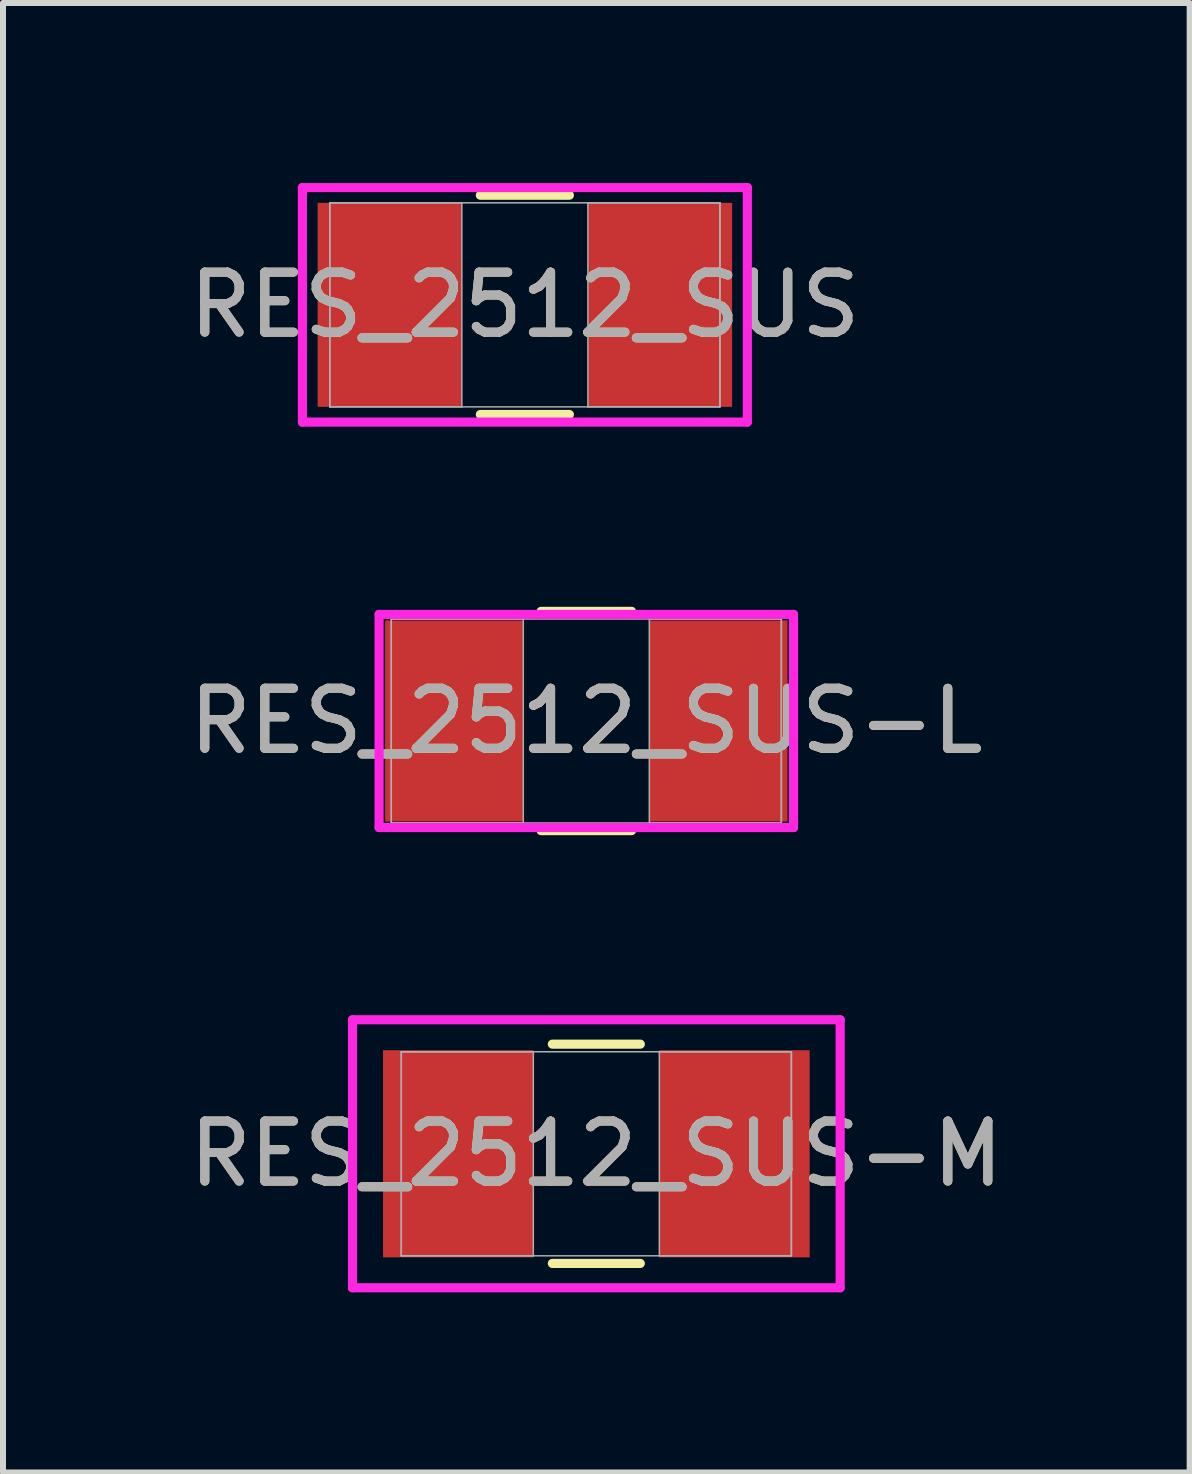
<source format=kicad_pcb>
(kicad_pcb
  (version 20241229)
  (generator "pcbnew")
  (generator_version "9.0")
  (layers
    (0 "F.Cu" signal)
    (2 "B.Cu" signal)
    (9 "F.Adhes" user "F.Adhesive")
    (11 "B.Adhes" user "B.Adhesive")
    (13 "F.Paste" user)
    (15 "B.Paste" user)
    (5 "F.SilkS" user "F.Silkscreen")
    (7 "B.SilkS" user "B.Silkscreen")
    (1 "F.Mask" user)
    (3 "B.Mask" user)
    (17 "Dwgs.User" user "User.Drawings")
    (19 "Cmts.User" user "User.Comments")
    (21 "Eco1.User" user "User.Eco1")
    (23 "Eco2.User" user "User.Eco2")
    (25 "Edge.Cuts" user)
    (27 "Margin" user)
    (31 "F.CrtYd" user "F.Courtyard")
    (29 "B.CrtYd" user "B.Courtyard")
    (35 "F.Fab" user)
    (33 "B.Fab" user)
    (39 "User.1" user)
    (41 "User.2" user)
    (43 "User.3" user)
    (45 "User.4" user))
  (footprint "RES_2512_SUS-L"
    (layer "F.Cu")
    (at 6.72 8.964)
    (property "Reference" "RES_2512_SUS-L" (at 0 0 0) (unlocked yes) (layer "F.SilkS") (effects (font (size 1 1) (thickness 0.15))))
    (attr smd)
    (fp_line (start -0.754 1.827) (end 0.754 1.827) (stroke (width 0.152) (type solid)) (layer "F.SilkS"))
    (fp_line (start 0.754 -1.827) (end -0.754 -1.827) (stroke (width 0.152) (type solid)) (layer "F.SilkS"))
    (fp_line (start -3.453 -1.776) (end 3.453 -1.776) (stroke (width 0.152) (type solid)) (layer "F.CrtYd"))
    (fp_line (start -3.453 1.776) (end -3.453 -1.776) (stroke (width 0.152) (type solid)) (layer "F.CrtYd"))
    (fp_line (start 3.453 -1.776) (end 3.453 1.776) (stroke (width 0.152) (type solid)) (layer "F.CrtYd"))
    (fp_line (start 3.453 1.776) (end -3.453 1.776) (stroke (width 0.152) (type solid)) (layer "F.CrtYd"))
    (fp_line (start -3.25 -1.7) (end -3.25 1.7) (stroke (width 0.025) (type solid)) (layer "F.Fab"))
    (fp_line (start -3.25 -1.7) (end -3.25 1.7) (stroke (width 0.025) (type solid)) (layer "F.Fab"))
    (fp_line (start -3.25 1.7) (end -1.05 1.7) (stroke (width 0.025) (type solid)) (layer "F.Fab"))
    (fp_line (start -3.25 1.7) (end 3.25 1.7) (stroke (width 0.025) (type solid)) (layer "F.Fab"))
    (fp_line (start -1.05 -1.7) (end -3.25 -1.7) (stroke (width 0.025) (type solid)) (layer "F.Fab"))
    (fp_line (start -1.05 1.7) (end -1.05 -1.7) (stroke (width 0.025) (type solid)) (layer "F.Fab"))
    (fp_line (start 1.05 -1.7) (end 1.05 1.7) (stroke (width 0.025) (type solid)) (layer "F.Fab"))
    (fp_line (start 1.05 1.7) (end 3.25 1.7) (stroke (width 0.025) (type solid)) (layer "F.Fab"))
    (fp_line (start 3.25 -1.7) (end -3.25 -1.7) (stroke (width 0.025) (type solid)) (layer "F.Fab"))
    (fp_line (start 3.25 -1.7) (end 1.05 -1.7) (stroke (width 0.025) (type solid)) (layer "F.Fab"))
    (fp_line (start 3.25 1.7) (end 3.25 -1.7) (stroke (width 0.025) (type solid)) (layer "F.Fab"))
    (fp_line (start 3.25 1.7) (end 3.25 -1.7) (stroke (width 0.025) (type solid)) (layer "F.Fab"))
    (fp_text user "${REFERENCE}" (at 0 0 0) (unlocked yes) (layer "F.Fab") (effects (font (size 1 1) (thickness 0.15))))
    (pad "1" smd rect (at -2.201 0) (size 2.302 3.349) (layers "F.Cu" "F.Mask" "F.Paste"))
    (pad "2" smd rect (at 2.201 0) (size 2.302 3.349) (layers "F.Cu" "F.Mask" "F.Paste"))
    (zone (net_name "") (layer "F.Cu") (hatch full 0.508) (connect_pads) (min_thickness 0.254) (filled_areas_thickness no) (keepout (tracks not_allowed) (vias not_allowed) (pads allowed) (copperpour not_allowed) (footprints allowed)) (placement (enabled no)) (fill) (polygon (pts (xy 5.721 7.314) (xy 7.719 7.314) (xy 7.719 10.613) (xy 5.721 10.613)))))
  (footprint "RES_2512_SUS-M"
    (layer "F.Cu")
    (at 6.887 16.176)
    (property "Reference" "RES_2512_SUS-M" (at 0 0 0) (unlocked yes) (layer "F.SilkS") (effects (font (size 1 1) (thickness 0.15))))
    (attr smd)
    (fp_line (start -0.733 1.827) (end 0.733 1.827) (stroke (width 0.152) (type solid)) (layer "F.SilkS"))
    (fp_line (start 0.733 -1.827) (end -0.733 -1.827) (stroke (width 0.152) (type solid)) (layer "F.SilkS"))
    (fp_line (start -4.063 -2.233) (end 4.063 -2.233) (stroke (width 0.152) (type solid)) (layer "F.CrtYd"))
    (fp_line (start -4.063 2.233) (end -4.063 -2.233) (stroke (width 0.152) (type solid)) (layer "F.CrtYd"))
    (fp_line (start 4.063 -2.233) (end 4.063 2.233) (stroke (width 0.152) (type solid)) (layer "F.CrtYd"))
    (fp_line (start 4.063 2.233) (end -4.063 2.233) (stroke (width 0.152) (type solid)) (layer "F.CrtYd"))
    (fp_line (start -3.25 -1.7) (end -3.25 1.7) (stroke (width 0.025) (type solid)) (layer "F.Fab"))
    (fp_line (start -3.25 -1.7) (end -3.25 1.7) (stroke (width 0.025) (type solid)) (layer "F.Fab"))
    (fp_line (start -3.25 1.7) (end -1.05 1.7) (stroke (width 0.025) (type solid)) (layer "F.Fab"))
    (fp_line (start -3.25 1.7) (end 3.25 1.7) (stroke (width 0.025) (type solid)) (layer "F.Fab"))
    (fp_line (start -1.05 -1.7) (end -3.25 -1.7) (stroke (width 0.025) (type solid)) (layer "F.Fab"))
    (fp_line (start -1.05 1.7) (end -1.05 -1.7) (stroke (width 0.025) (type solid)) (layer "F.Fab"))
    (fp_line (start 1.05 -1.7) (end 1.05 1.7) (stroke (width 0.025) (type solid)) (layer "F.Fab"))
    (fp_line (start 1.05 1.7) (end 3.25 1.7) (stroke (width 0.025) (type solid)) (layer "F.Fab"))
    (fp_line (start 3.25 -1.7) (end -3.25 -1.7) (stroke (width 0.025) (type solid)) (layer "F.Fab"))
    (fp_line (start 3.25 -1.7) (end 1.05 -1.7) (stroke (width 0.025) (type solid)) (layer "F.Fab"))
    (fp_line (start 3.25 1.7) (end 3.25 -1.7) (stroke (width 0.025) (type solid)) (layer "F.Fab"))
    (fp_line (start 3.25 1.7) (end 3.25 -1.7) (stroke (width 0.025) (type solid)) (layer "F.Fab"))
    (fp_text user "${REFERENCE}" (at 0 0 0) (unlocked yes) (layer "F.Fab") (effects (font (size 1 1) (thickness 0.15))))
    (pad "1" smd rect (at -2.302 0) (size 2.505 3.451) (layers "F.Cu" "F.Mask" "F.Paste"))
    (pad "2" smd rect (at 2.302 0) (size 2.505 3.451) (layers "F.Cu" "F.Mask" "F.Paste"))
    (zone (net_name "") (layer "F.Cu") (hatch full 0.508) (connect_pads) (min_thickness 0.254) (filled_areas_thickness no) (keepout (tracks not_allowed) (vias not_allowed) (pads allowed) (copperpour not_allowed) (footprints allowed)) (placement (enabled no)) (fill) (polygon (pts (xy 5.888 14.527) (xy 7.886 14.527) (xy 7.886 17.826) (xy 5.888 17.826)))))
  (footprint "RES_2512_SUS"
    (layer "F.Cu")
    (at 5.696 2.03)
    (property "Reference" "RES_2512_SUS" (at 0 0 0) (unlocked yes) (layer "F.SilkS") (effects (font (size 1 1) (thickness 0.15))))
    (attr smd)
    (fp_line (start -0.742 1.827) (end 0.742 1.827) (stroke (width 0.152) (type solid)) (layer "F.SilkS"))
    (fp_line (start 0.742 -1.827) (end -0.742 -1.827) (stroke (width 0.152) (type solid)) (layer "F.SilkS"))
    (fp_line (start -3.707 -1.954) (end 3.707 -1.954) (stroke (width 0.152) (type solid)) (layer "F.CrtYd"))
    (fp_line (start -3.707 1.954) (end -3.707 -1.954) (stroke (width 0.152) (type solid)) (layer "F.CrtYd"))
    (fp_line (start 3.707 -1.954) (end 3.707 1.954) (stroke (width 0.152) (type solid)) (layer "F.CrtYd"))
    (fp_line (start 3.707 1.954) (end -3.707 1.954) (stroke (width 0.152) (type solid)) (layer "F.CrtYd"))
    (fp_line (start -3.25 -1.7) (end -3.25 1.7) (stroke (width 0.025) (type solid)) (layer "F.Fab"))
    (fp_line (start -3.25 -1.7) (end -3.25 1.7) (stroke (width 0.025) (type solid)) (layer "F.Fab"))
    (fp_line (start -3.25 1.7) (end -1.05 1.7) (stroke (width 0.025) (type solid)) (layer "F.Fab"))
    (fp_line (start -3.25 1.7) (end 3.25 1.7) (stroke (width 0.025) (type solid)) (layer "F.Fab"))
    (fp_line (start -1.05 -1.7) (end -3.25 -1.7) (stroke (width 0.025) (type solid)) (layer "F.Fab"))
    (fp_line (start -1.05 1.7) (end -1.05 -1.7) (stroke (width 0.025) (type solid)) (layer "F.Fab"))
    (fp_line (start 1.05 -1.7) (end 1.05 1.7) (stroke (width 0.025) (type solid)) (layer "F.Fab"))
    (fp_line (start 1.05 1.7) (end 3.25 1.7) (stroke (width 0.025) (type solid)) (layer "F.Fab"))
    (fp_line (start 3.25 -1.7) (end -3.25 -1.7) (stroke (width 0.025) (type solid)) (layer "F.Fab"))
    (fp_line (start 3.25 -1.7) (end 1.05 -1.7) (stroke (width 0.025) (type solid)) (layer "F.Fab"))
    (fp_line (start 3.25 1.7) (end 3.25 -1.7) (stroke (width 0.025) (type solid)) (layer "F.Fab"))
    (fp_line (start 3.25 1.7) (end 3.25 -1.7) (stroke (width 0.025) (type solid)) (layer "F.Fab"))
    (fp_text user "${REFERENCE}" (at 0 0 0) (unlocked yes) (layer "F.Fab") (effects (font (size 1 1) (thickness 0.15))))
    (pad "1" smd rect (at -2.252 0) (size 2.403 3.4) (layers "F.Cu" "F.Mask" "F.Paste"))
    (pad "2" smd rect (at 2.252 0) (size 2.403 3.4) (layers "F.Cu" "F.Mask" "F.Paste"))
    (zone (net_name "") (layer "F.Cu") (hatch full 0.508) (connect_pads) (min_thickness 0.254) (filled_areas_thickness no) (keepout (tracks not_allowed) (vias not_allowed) (pads allowed) (copperpour not_allowed) (footprints allowed)) (placement (enabled no)) (fill) (polygon (pts (xy 4.697 0.381) (xy 6.696 0.381) (xy 6.696 3.679) (xy 4.697 3.679)))))
  (gr_rect
    (start -3 -3)
    (end 16.774 21.486)
    (stroke (width 0.1) (type default))
    (fill no)
    (layer "Edge.Cuts")))
</source>
